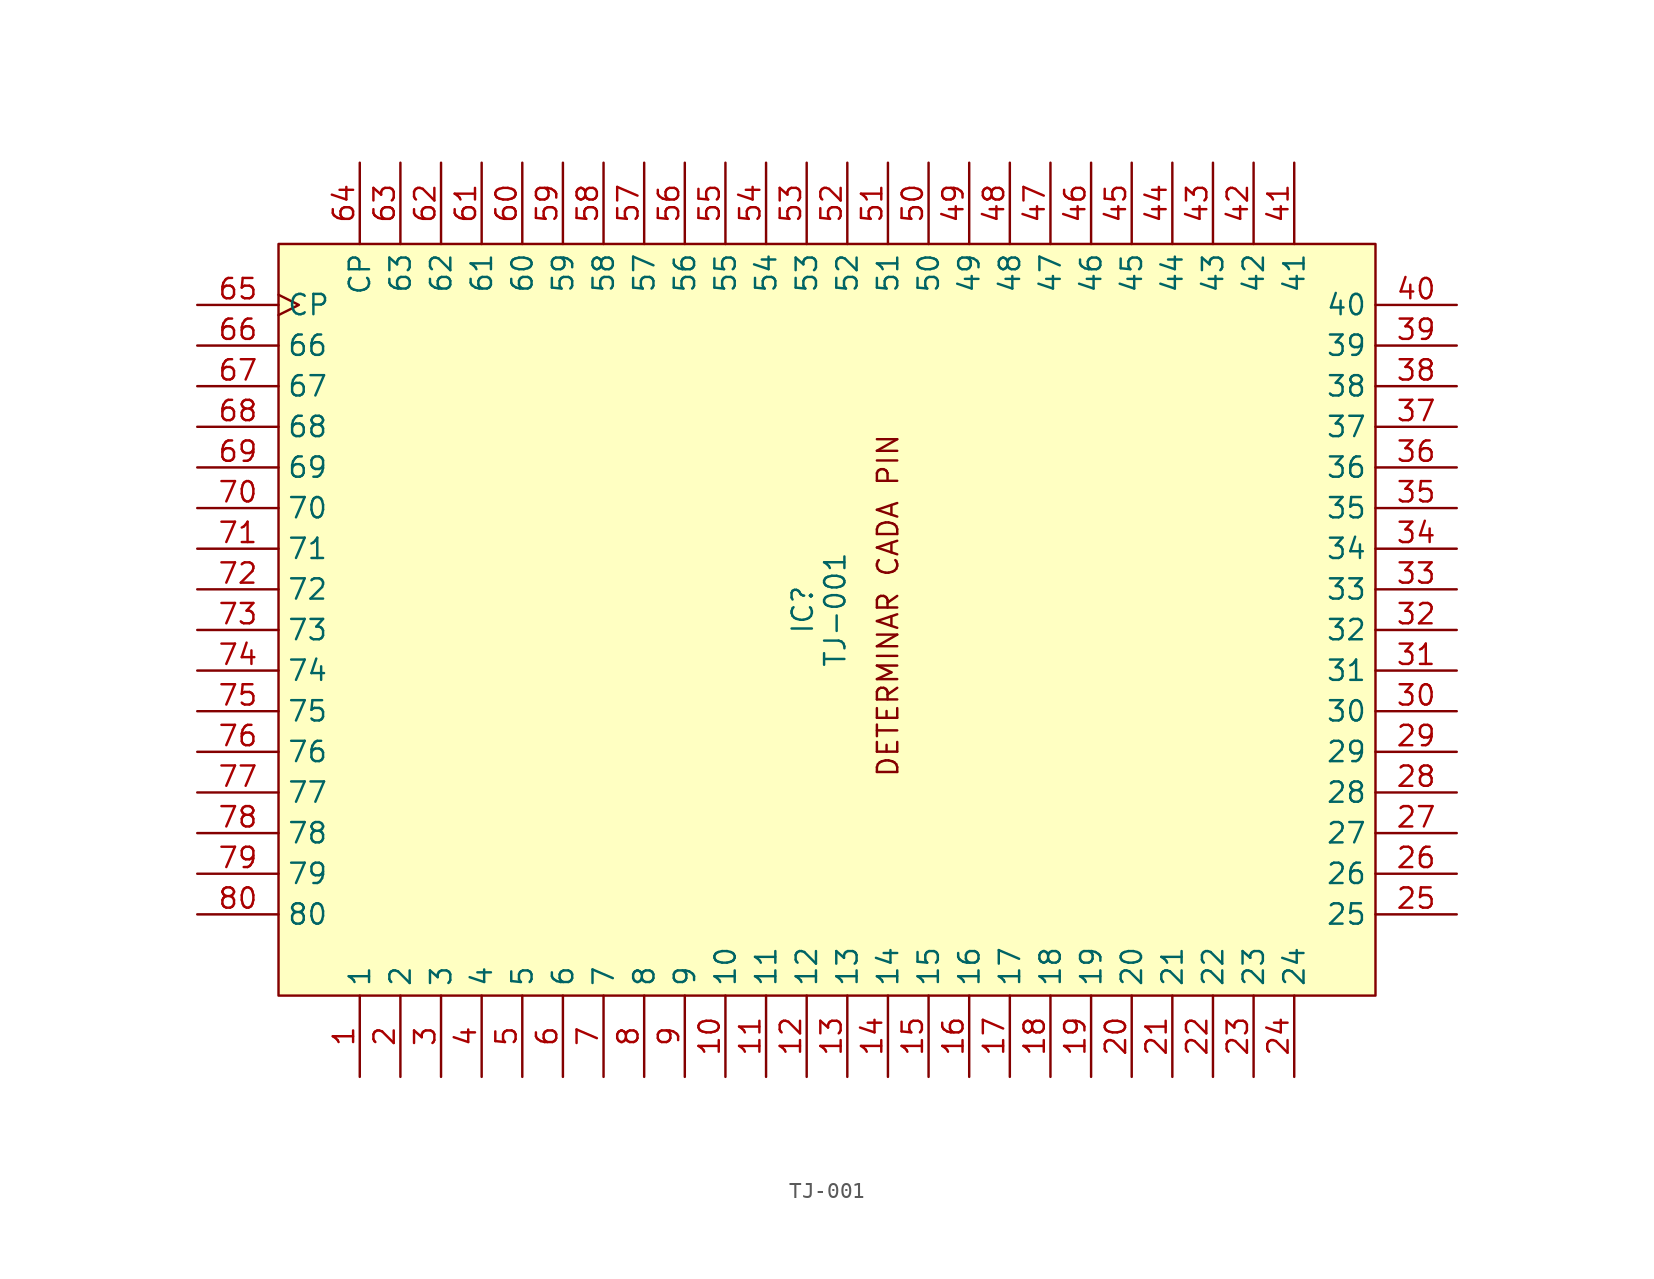
<source format=kicad_sym>
(kicad_symbol_lib
  (version 20231120)
  (generator "kicad_symbol_editor")
  (generator_version "8.0")
  (symbol "TJ-001"
    (property "Reference" "IC"
      (at -2.159 0.635 90)
      (effects (font (size 1.27 1.27))))
    (property "Value" "TJ-001"
      (at -0.127 0.635 90)
      (effects (font (size 1.27 1.27))))
    (symbol "TJ-001_1_0"
      (pin input line (at -29.845 -28.575 90) (length 5.08) (name "1" (effects (font (size 1.27 1.27)))) (number "1" (effects (font (size 1.27 1.27)))))
      (pin output line (at -6.985 -28.575 90) (length 5.08) (name "10" (effects (font (size 1.27 1.27)))) (number "10" (effects (font (size 1.27 1.27)))))
      (pin output line (at -4.445 -28.575 90) (length 5.08) (name "11" (effects (font (size 1.27 1.27)))) (number "11" (effects (font (size 1.27 1.27)))))
      (pin input line (at -1.905 -28.575 90) (length 5.08) (name "12" (effects (font (size 1.27 1.27)))) (number "12" (effects (font (size 1.27 1.27)))))
      (pin output line (at 0.635 -28.575 90) (length 5.08) (name "13" (effects (font (size 1.27 1.27)))) (number "13" (effects (font (size 1.27 1.27)))))
      (pin output line (at 3.175 -28.575 90) (length 5.08) (name "14" (effects (font (size 1.27 1.27)))) (number "14" (effects (font (size 1.27 1.27)))))
      (pin input line (at 5.715 -28.575 90) (length 5.08) (name "15" (effects (font (size 1.27 1.27)))) (number "15" (effects (font (size 1.27 1.27)))))
      (pin input line (at 8.255 -28.575 90) (length 5.08) (name "16" (effects (font (size 1.27 1.27)))) (number "16" (effects (font (size 1.27 1.27)))))
      (pin input line (at 10.795 -28.575 90) (length 5.08) (name "17" (effects (font (size 1.27 1.27)))) (number "17" (effects (font (size 1.27 1.27)))))
      (pin input line (at 13.335 -28.575 90) (length 5.08) (name "18" (effects (font (size 1.27 1.27)))) (number "18" (effects (font (size 1.27 1.27)))))
      (pin input line (at 15.875 -28.575 90) (length 5.08) (name "19" (effects (font (size 1.27 1.27)))) (number "19" (effects (font (size 1.27 1.27)))))
      (pin output line (at -27.305 -28.575 90) (length 5.08) (name "2" (effects (font (size 1.27 1.27)))) (number "2" (effects (font (size 1.27 1.27)))))
      (pin input line (at 18.415 -28.575 90) (length 5.08) (name "20" (effects (font (size 1.27 1.27)))) (number "20" (effects (font (size 1.27 1.27)))))
      (pin input line (at 20.955 -28.575 90) (length 5.08) (name "21" (effects (font (size 1.27 1.27)))) (number "21" (effects (font (size 1.27 1.27)))))
      (pin input line (at 23.495 -28.575 90) (length 5.08) (name "22" (effects (font (size 1.27 1.27)))) (number "22" (effects (font (size 1.27 1.27)))))
      (pin output line (at 26.035 -28.575 90) (length 5.08) (name "23" (effects (font (size 1.27 1.27)))) (number "23" (effects (font (size 1.27 1.27)))))
      (pin input line (at 28.575 -28.575 90) (length 5.08) (name "24" (effects (font (size 1.27 1.27)))) (number "24" (effects (font (size 1.27 1.27)))))
      (pin input line (at 38.735 -18.415 180) (length 5.08) (name "25" (effects (font (size 1.27 1.27)))) (number "25" (effects (font (size 1.27 1.27)))))
      (pin input line (at 38.735 -15.875 180) (length 5.08) (name "26" (effects (font (size 1.27 1.27)))) (number "26" (effects (font (size 1.27 1.27)))))
      (pin input line (at 38.735 -13.335 180) (length 5.08) (name "27" (effects (font (size 1.27 1.27)))) (number "27" (effects (font (size 1.27 1.27)))))
      (pin output line (at 38.735 -10.795 180) (length 5.08) (name "28" (effects (font (size 1.27 1.27)))) (number "28" (effects (font (size 1.27 1.27)))))
      (pin input line (at 38.735 -8.255 180) (length 5.08) (name "29" (effects (font (size 1.27 1.27)))) (number "29" (effects (font (size 1.27 1.27)))))
      (pin input line (at -24.765 -28.575 90) (length 5.08) (name "3" (effects (font (size 1.27 1.27)))) (number "3" (effects (font (size 1.27 1.27)))))
      (pin input line (at 38.735 -5.715 180) (length 5.08) (name "30" (effects (font (size 1.27 1.27)))) (number "30" (effects (font (size 1.27 1.27)))))
      (pin input line (at 38.735 -3.175 180) (length 5.08) (name "31" (effects (font (size 1.27 1.27)))) (number "31" (effects (font (size 1.27 1.27)))))
      (pin input line (at 38.735 -0.635 180) (length 5.08) (name "32" (effects (font (size 1.27 1.27)))) (number "32" (effects (font (size 1.27 1.27)))))
      (pin output line (at 38.735 1.905 180) (length 5.08) (name "33" (effects (font (size 1.27 1.27)))) (number "33" (effects (font (size 1.27 1.27)))))
      (pin input line (at 38.735 4.445 180) (length 5.08) (name "34" (effects (font (size 1.27 1.27)))) (number "34" (effects (font (size 1.27 1.27)))))
      (pin input line (at 38.735 6.985 180) (length 5.08) (name "35" (effects (font (size 1.27 1.27)))) (number "35" (effects (font (size 1.27 1.27)))))
      (pin output line (at 38.735 9.525 180) (length 5.08) (name "36" (effects (font (size 1.27 1.27)))) (number "36" (effects (font (size 1.27 1.27)))))
      (pin input line (at 38.735 12.065 180) (length 5.08) (name "37" (effects (font (size 1.27 1.27)))) (number "37" (effects (font (size 1.27 1.27)))))
      (pin input line (at 38.735 14.605 180) (length 5.08) (name "38" (effects (font (size 1.27 1.27)))) (number "38" (effects (font (size 1.27 1.27)))))
      (pin input line (at 38.735 17.145 180) (length 5.08) (name "39" (effects (font (size 1.27 1.27)))) (number "39" (effects (font (size 1.27 1.27)))))
      (pin output line (at -22.225 -28.575 90) (length 5.08) (name "4" (effects (font (size 1.27 1.27)))) (number "4" (effects (font (size 1.27 1.27)))))
      (pin input line (at 38.735 19.685 180) (length 5.08) (name "40" (effects (font (size 1.27 1.27)))) (number "40" (effects (font (size 1.27 1.27)))))
      (pin input line (at 28.575 28.575 270) (length 5.08) (name "41" (effects (font (size 1.27 1.27)))) (number "41" (effects (font (size 1.27 1.27)))))
      (pin input line (at 26.035 28.575 270) (length 5.08) (name "42" (effects (font (size 1.27 1.27)))) (number "42" (effects (font (size 1.27 1.27)))))
      (pin output line (at 23.495 28.575 270) (length 5.08) (name "43" (effects (font (size 1.27 1.27)))) (number "43" (effects (font (size 1.27 1.27)))))
      (pin output line (at 20.955 28.575 270) (length 5.08) (name "44" (effects (font (size 1.27 1.27)))) (number "44" (effects (font (size 1.27 1.27)))))
      (pin output line (at 18.415 28.575 270) (length 5.08) (name "45" (effects (font (size 1.27 1.27)))) (number "45" (effects (font (size 1.27 1.27)))))
      (pin output line (at 15.875 28.575 270) (length 5.08) (name "46" (effects (font (size 1.27 1.27)))) (number "46" (effects (font (size 1.27 1.27)))))
      (pin output line (at 13.335 28.575 270) (length 5.08) (name "47" (effects (font (size 1.27 1.27)))) (number "47" (effects (font (size 1.27 1.27)))))
      (pin output line (at 10.795 28.575 270) (length 5.08) (name "48" (effects (font (size 1.27 1.27)))) (number "48" (effects (font (size 1.27 1.27)))))
      (pin output line (at 8.255 28.575 270) (length 5.08) (name "49" (effects (font (size 1.27 1.27)))) (number "49" (effects (font (size 1.27 1.27)))))
      (pin output line (at -19.685 -28.575 90) (length 5.08) (name "5" (effects (font (size 1.27 1.27)))) (number "5" (effects (font (size 1.27 1.27)))))
      (pin output line (at 5.715 28.575 270) (length 5.08) (name "50" (effects (font (size 1.27 1.27)))) (number "50" (effects (font (size 1.27 1.27)))))
      (pin input line (at 3.175 28.575 270) (length 5.08) (name "51" (effects (font (size 1.27 1.27)))) (number "51" (effects (font (size 1.27 1.27)))))
      (pin input line (at 0.635 28.575 270) (length 5.08) (name "52" (effects (font (size 1.27 1.27)))) (number "52" (effects (font (size 1.27 1.27)))))
      (pin input line (at -1.905 28.575 270) (length 5.08) (name "53" (effects (font (size 1.27 1.27)))) (number "53" (effects (font (size 1.27 1.27)))))
      (pin input line (at -4.445 28.575 270) (length 5.08) (name "54" (effects (font (size 1.27 1.27)))) (number "54" (effects (font (size 1.27 1.27)))))
      (pin output line (at -6.985 28.575 270) (length 5.08) (name "55" (effects (font (size 1.27 1.27)))) (number "55" (effects (font (size 1.27 1.27)))))
      (pin output line (at -9.525 28.575 270) (length 5.08) (name "56" (effects (font (size 1.27 1.27)))) (number "56" (effects (font (size 1.27 1.27)))))
      (pin input line (at -12.065 28.575 270) (length 5.08) (name "57" (effects (font (size 1.27 1.27)))) (number "57" (effects (font (size 1.27 1.27)))))
      (pin output line (at -14.605 28.575 270) (length 5.08) (name "58" (effects (font (size 1.27 1.27)))) (number "58" (effects (font (size 1.27 1.27)))))
      (pin input line (at -17.145 28.575 270) (length 5.08) (name "59" (effects (font (size 1.27 1.27)))) (number "59" (effects (font (size 1.27 1.27)))))
      (pin output line (at -17.145 -28.575 90) (length 5.08) (name "6" (effects (font (size 1.27 1.27)))) (number "6" (effects (font (size 1.27 1.27)))))
      (pin input line (at -19.685 28.575 270) (length 5.08) (name "60" (effects (font (size 1.27 1.27)))) (number "60" (effects (font (size 1.27 1.27)))))
      (pin input line (at -22.225 28.575 270) (length 5.08) (name "61" (effects (font (size 1.27 1.27)))) (number "61" (effects (font (size 1.27 1.27)))))
      (pin input line (at -24.765 28.575 270) (length 5.08) (name "62" (effects (font (size 1.27 1.27)))) (number "62" (effects (font (size 1.27 1.27)))))
      (pin input line (at -27.305 28.575 270) (length 5.08) (name "63" (effects (font (size 1.27 1.27)))) (number "63" (effects (font (size 1.27 1.27)))))
      (pin output line (at -29.845 28.575 270) (length 5.08) (name "CP" (effects (font (size 1.27 1.27)))) (number "64" (effects (font (size 1.27 1.27)))))
      (pin input clock (at -40.005 19.685 0) (length 5.08) (name "CP" (effects (font (size 1.27 1.27)))) (number "65" (effects (font (size 1.27 1.27)))))
      (pin output line (at -40.005 17.145 0) (length 5.08) (name "66" (effects (font (size 1.27 1.27)))) (number "66" (effects (font (size 1.27 1.27)))))
      (pin input line (at -40.005 14.605 0) (length 5.08) (name "67" (effects (font (size 1.27 1.27)))) (number "67" (effects (font (size 1.27 1.27)))))
      (pin input line (at -40.005 12.065 0) (length 5.08) (name "68" (effects (font (size 1.27 1.27)))) (number "68" (effects (font (size 1.27 1.27)))))
      (pin output line (at -40.005 9.525 0) (length 5.08) (name "69" (effects (font (size 1.27 1.27)))) (number "69" (effects (font (size 1.27 1.27)))))
      (pin output line (at -14.605 -28.575 90) (length 5.08) (name "7" (effects (font (size 1.27 1.27)))) (number "7" (effects (font (size 1.27 1.27)))))
      (pin input line (at -40.005 6.985 0) (length 5.08) (name "70" (effects (font (size 1.27 1.27)))) (number "70" (effects (font (size 1.27 1.27)))))
      (pin input line (at -40.005 4.445 0) (length 5.08) (name "71" (effects (font (size 1.27 1.27)))) (number "71" (effects (font (size 1.27 1.27)))))
      (pin input line (at -40.005 1.905 0) (length 5.08) (name "72" (effects (font (size 1.27 1.27)))) (number "72" (effects (font (size 1.27 1.27)))))
      (pin input line (at -40.005 -0.635 0) (length 5.08) (name "73" (effects (font (size 1.27 1.27)))) (number "73" (effects (font (size 1.27 1.27)))))
      (pin input line (at -40.005 -3.175 0) (length 5.08) (name "74" (effects (font (size 1.27 1.27)))) (number "74" (effects (font (size 1.27 1.27)))))
      (pin input line (at -40.005 -5.715 0) (length 5.08) (name "75" (effects (font (size 1.27 1.27)))) (number "75" (effects (font (size 1.27 1.27)))))
      (pin input line (at -40.005 -8.255 0) (length 5.08) (name "76" (effects (font (size 1.27 1.27)))) (number "76" (effects (font (size 1.27 1.27)))))
      (pin output line (at -40.005 -10.795 0) (length 5.08) (name "77" (effects (font (size 1.27 1.27)))) (number "77" (effects (font (size 1.27 1.27)))))
      (pin input line (at -40.005 -13.335 0) (length 5.08) (name "78" (effects (font (size 1.27 1.27)))) (number "78" (effects (font (size 1.27 1.27)))))
      (pin input line (at -40.005 -15.875 0) (length 5.08) (name "79" (effects (font (size 1.27 1.27)))) (number "79" (effects (font (size 1.27 1.27)))))
      (pin input line (at -12.065 -28.575 90) (length 5.08) (name "8" (effects (font (size 1.27 1.27)))) (number "8" (effects (font (size 1.27 1.27)))))
      (pin input line (at -40.005 -18.415 0) (length 5.08) (name "80" (effects (font (size 1.27 1.27)))) (number "80" (effects (font (size 1.27 1.27)))))
      (pin output line (at -9.525 -28.575 90) (length 5.08) (name "9" (effects (font (size 1.27 1.27)))) (number "9" (effects (font (size 1.27 1.27))))))
    (symbol "TJ-001_1_1"
      (rectangle (start -34.925 -23.495) (end 33.655 23.495) (stroke (width 0) (type default)) (fill (type background)))
      (text "DETERMINAR CADA PIN\n" (at 3.175 0.889 900) (effects (font (size 1.27 1.27)))))))
</source>
